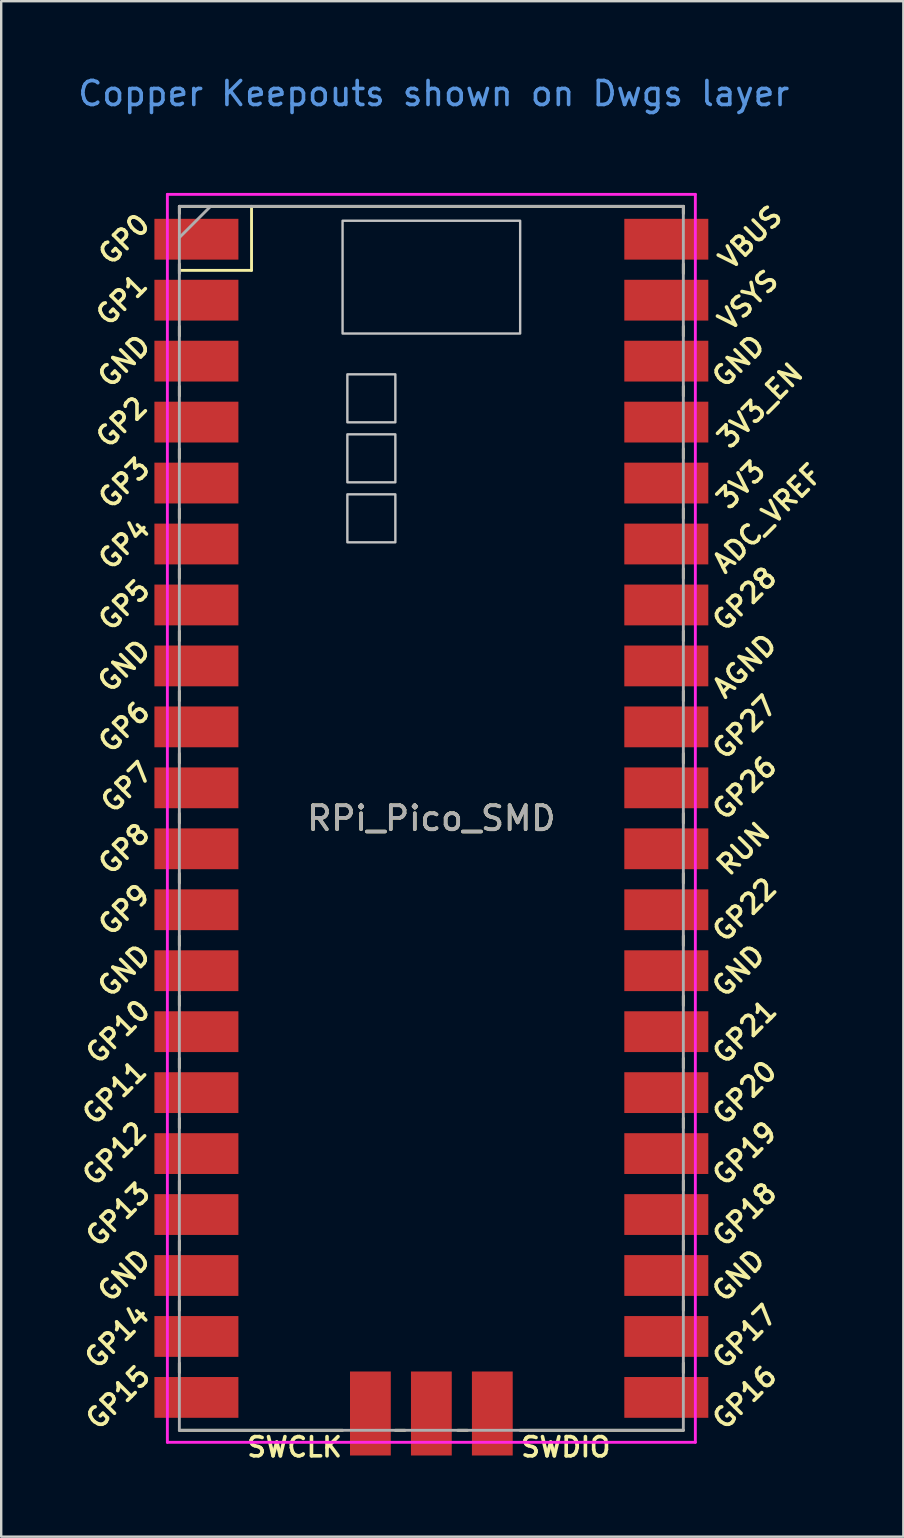
<source format=kicad_pcb>
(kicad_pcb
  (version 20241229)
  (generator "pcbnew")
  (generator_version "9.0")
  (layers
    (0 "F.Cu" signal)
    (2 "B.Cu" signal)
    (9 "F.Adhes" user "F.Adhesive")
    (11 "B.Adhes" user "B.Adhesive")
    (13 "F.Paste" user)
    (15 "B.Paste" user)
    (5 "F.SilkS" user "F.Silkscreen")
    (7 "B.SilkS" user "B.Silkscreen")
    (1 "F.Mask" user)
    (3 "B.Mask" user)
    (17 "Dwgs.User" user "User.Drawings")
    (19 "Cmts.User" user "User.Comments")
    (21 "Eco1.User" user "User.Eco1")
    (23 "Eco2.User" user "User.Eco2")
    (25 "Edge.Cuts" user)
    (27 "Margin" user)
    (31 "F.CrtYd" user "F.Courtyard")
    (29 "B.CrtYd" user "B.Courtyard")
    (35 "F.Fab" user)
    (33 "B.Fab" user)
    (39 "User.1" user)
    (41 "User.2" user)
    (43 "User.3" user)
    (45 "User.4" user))
  (footprint "RPi_Pico_SMD"
    (layer "F.Cu")
    (at 14.924 31.048)
    (property "Reference" "RPi_Pico_SMD" (at 0 0 0) (layer "F.SilkS") (effects (font (size 1 1) (thickness 0.15))))
    (attr through_hole)
    (fp_line (start -10.5 -25.5) (end -10.5 -25.2) (stroke (width 0.12) (type solid)) (layer "F.SilkS"))
    (fp_line (start -10.5 -25.5) (end 10.5 -25.5) (stroke (width 0.12) (type solid)) (layer "F.SilkS"))
    (fp_line (start -10.5 -23.1) (end -10.5 -22.7) (stroke (width 0.12) (type solid)) (layer "F.SilkS"))
    (fp_line (start -10.5 -22.833) (end -7.493 -22.833) (stroke (width 0.12) (type solid)) (layer "F.SilkS"))
    (fp_line (start -10.5 -20.5) (end -10.5 -20.1) (stroke (width 0.12) (type solid)) (layer "F.SilkS"))
    (fp_line (start -10.5 -18) (end -10.5 -17.6) (stroke (width 0.12) (type solid)) (layer "F.SilkS"))
    (fp_line (start -10.5 -15.4) (end -10.5 -15) (stroke (width 0.12) (type solid)) (layer "F.SilkS"))
    (fp_line (start -10.5 -12.9) (end -10.5 -12.5) (stroke (width 0.12) (type solid)) (layer "F.SilkS"))
    (fp_line (start -10.5 -10.4) (end -10.5 -10) (stroke (width 0.12) (type solid)) (layer "F.SilkS"))
    (fp_line (start -10.5 -7.8) (end -10.5 -7.4) (stroke (width 0.12) (type solid)) (layer "F.SilkS"))
    (fp_line (start -10.5 -5.3) (end -10.5 -4.9) (stroke (width 0.12) (type solid)) (layer "F.SilkS"))
    (fp_line (start -10.5 -2.7) (end -10.5 -2.3) (stroke (width 0.12) (type solid)) (layer "F.SilkS"))
    (fp_line (start -10.5 -0.2) (end -10.5 0.2) (stroke (width 0.12) (type solid)) (layer "F.SilkS"))
    (fp_line (start -10.5 2.3) (end -10.5 2.7) (stroke (width 0.12) (type solid)) (layer "F.SilkS"))
    (fp_line (start -10.5 4.9) (end -10.5 5.3) (stroke (width 0.12) (type solid)) (layer "F.SilkS"))
    (fp_line (start -10.5 7.4) (end -10.5 7.8) (stroke (width 0.12) (type solid)) (layer "F.SilkS"))
    (fp_line (start -10.5 10) (end -10.5 10.4) (stroke (width 0.12) (type solid)) (layer "F.SilkS"))
    (fp_line (start -10.5 12.5) (end -10.5 12.9) (stroke (width 0.12) (type solid)) (layer "F.SilkS"))
    (fp_line (start -10.5 15.1) (end -10.5 15.5) (stroke (width 0.12) (type solid)) (layer "F.SilkS"))
    (fp_line (start -10.5 17.6) (end -10.5 18) (stroke (width 0.12) (type solid)) (layer "F.SilkS"))
    (fp_line (start -10.5 20.1) (end -10.5 20.5) (stroke (width 0.12) (type solid)) (layer "F.SilkS"))
    (fp_line (start -10.5 22.7) (end -10.5 23.1) (stroke (width 0.12) (type solid)) (layer "F.SilkS"))
    (fp_line (start -7.493 -22.833) (end -7.493 -25.5) (stroke (width 0.12) (type solid)) (layer "F.SilkS"))
    (fp_line (start -3.7 25.5) (end -10.5 25.5) (stroke (width 0.12) (type solid)) (layer "F.SilkS"))
    (fp_line (start -1.5 25.5) (end -1.1 25.5) (stroke (width 0.12) (type solid)) (layer "F.SilkS"))
    (fp_line (start 1.1 25.5) (end 1.5 25.5) (stroke (width 0.12) (type solid)) (layer "F.SilkS"))
    (fp_line (start 10.5 -25.5) (end 10.5 -25.2) (stroke (width 0.12) (type solid)) (layer "F.SilkS"))
    (fp_line (start 10.5 -23.1) (end 10.5 -22.7) (stroke (width 0.12) (type solid)) (layer "F.SilkS"))
    (fp_line (start 10.5 -20.5) (end 10.5 -20.1) (stroke (width 0.12) (type solid)) (layer "F.SilkS"))
    (fp_line (start 10.5 -18) (end 10.5 -17.6) (stroke (width 0.12) (type solid)) (layer "F.SilkS"))
    (fp_line (start 10.5 -15.4) (end 10.5 -15) (stroke (width 0.12) (type solid)) (layer "F.SilkS"))
    (fp_line (start 10.5 -12.9) (end 10.5 -12.5) (stroke (width 0.12) (type solid)) (layer "F.SilkS"))
    (fp_line (start 10.5 -10.4) (end 10.5 -10) (stroke (width 0.12) (type solid)) (layer "F.SilkS"))
    (fp_line (start 10.5 -7.8) (end 10.5 -7.4) (stroke (width 0.12) (type solid)) (layer "F.SilkS"))
    (fp_line (start 10.5 -5.3) (end 10.5 -4.9) (stroke (width 0.12) (type solid)) (layer "F.SilkS"))
    (fp_line (start 10.5 -2.7) (end 10.5 -2.3) (stroke (width 0.12) (type solid)) (layer "F.SilkS"))
    (fp_line (start 10.5 -0.2) (end 10.5 0.2) (stroke (width 0.12) (type solid)) (layer "F.SilkS"))
    (fp_line (start 10.5 2.3) (end 10.5 2.7) (stroke (width 0.12) (type solid)) (layer "F.SilkS"))
    (fp_line (start 10.5 4.9) (end 10.5 5.3) (stroke (width 0.12) (type solid)) (layer "F.SilkS"))
    (fp_line (start 10.5 7.4) (end 10.5 7.8) (stroke (width 0.12) (type solid)) (layer "F.SilkS"))
    (fp_line (start 10.5 10) (end 10.5 10.4) (stroke (width 0.12) (type solid)) (layer "F.SilkS"))
    (fp_line (start 10.5 12.5) (end 10.5 12.9) (stroke (width 0.12) (type solid)) (layer "F.SilkS"))
    (fp_line (start 10.5 15.1) (end 10.5 15.5) (stroke (width 0.12) (type solid)) (layer "F.SilkS"))
    (fp_line (start 10.5 17.6) (end 10.5 18) (stroke (width 0.12) (type solid)) (layer "F.SilkS"))
    (fp_line (start 10.5 20.1) (end 10.5 20.5) (stroke (width 0.12) (type solid)) (layer "F.SilkS"))
    (fp_line (start 10.5 22.7) (end 10.5 23.1) (stroke (width 0.12) (type solid)) (layer "F.SilkS"))
    (fp_line (start 10.5 25.5) (end 3.7 25.5) (stroke (width 0.12) (type solid)) (layer "F.SilkS"))
    (fp_poly (pts (xy -1.5 -16.5) (xy -3.5 -16.5) (xy -3.5 -18.5) (xy -1.5 -18.5)) (stroke (width 0.1) (type solid)) (fill no) (layer "Dwgs.User"))
    (fp_poly (pts (xy -1.5 -14) (xy -3.5 -14) (xy -3.5 -16) (xy -1.5 -16)) (stroke (width 0.1) (type solid)) (fill no) (layer "Dwgs.User"))
    (fp_poly (pts (xy -1.5 -11.5) (xy -3.5 -11.5) (xy -3.5 -13.5) (xy -1.5 -13.5)) (stroke (width 0.1) (type solid)) (fill no) (layer "Dwgs.User"))
    (fp_poly (pts (xy 3.7 -20.2) (xy -3.7 -20.2) (xy -3.7 -24.9) (xy 3.7 -24.9)) (stroke (width 0.1) (type solid)) (fill no) (layer "Dwgs.User"))
    (fp_line (start -11 -26) (end 11 -26) (stroke (width 0.12) (type solid)) (layer "F.CrtYd"))
    (fp_line (start -11 26) (end -11 -26) (stroke (width 0.12) (type solid)) (layer "F.CrtYd"))
    (fp_line (start 11 -26) (end 11 26) (stroke (width 0.12) (type solid)) (layer "F.CrtYd"))
    (fp_line (start 11 26) (end -11 26) (stroke (width 0.12) (type solid)) (layer "F.CrtYd"))
    (fp_line (start -10.5 -25.5) (end 10.5 -25.5) (stroke (width 0.12) (type solid)) (layer "F.Fab"))
    (fp_line (start -10.5 -24.2) (end -9.2 -25.5) (stroke (width 0.12) (type solid)) (layer "F.Fab"))
    (fp_line (start -10.5 25.5) (end -10.5 -25.5) (stroke (width 0.12) (type solid)) (layer "F.Fab"))
    (fp_line (start 10.5 -25.5) (end 10.5 25.5) (stroke (width 0.12) (type solid)) (layer "F.Fab"))
    (fp_line (start 10.5 25.5) (end -10.5 25.5) (stroke (width 0.12) (type solid)) (layer "F.Fab"))
    (fp_text user "GP20" (at 13.054 11.43 45) (layer "F.SilkS") (effects (font (size 0.8 0.8) (thickness 0.15))))
    (fp_text user "SWCLK" (at -5.7 26.2 0) (layer "F.SilkS") (effects (font (size 0.8 0.8) (thickness 0.15))))
    (fp_text user "GP10" (at -13.054 8.89 45) (layer "F.SilkS") (effects (font (size 0.8 0.8) (thickness 0.15))))
    (fp_text user "GP21" (at 13.054 8.9 45) (layer "F.SilkS") (effects (font (size 0.8 0.8) (thickness 0.15))))
    (fp_text user "GP15" (at -13.054 24.13 45) (layer "F.SilkS") (effects (font (size 0.8 0.8) (thickness 0.15))))
    (fp_text user "GND" (at -12.8 19.05 45) (layer "F.SilkS") (effects (font (size 0.8 0.8) (thickness 0.15))))
    (fp_text user "GP22" (at 13.054 3.81 45) (layer "F.SilkS") (effects (font (size 0.8 0.8) (thickness 0.15))))
    (fp_text user "SWDIO" (at 5.6 26.2 0) (layer "F.SilkS") (effects (font (size 0.8 0.8) (thickness 0.15))))
    (fp_text user "GP14" (at -13.1 21.59 45) (layer "F.SilkS") (effects (font (size 0.8 0.8) (thickness 0.15))))
    (fp_text user "3V3_EN" (at 13.7 -17.2 45) (layer "F.SilkS") (effects (font (size 0.8 0.8) (thickness 0.15))))
    (fp_text user "ADC_VREF" (at 14 -12.5 45) (layer "F.SilkS") (effects (font (size 0.8 0.8) (thickness 0.15))))
    (fp_text user "GP5" (at -12.8 -8.89 45) (layer "F.SilkS") (effects (font (size 0.8 0.8) (thickness 0.15))))
    (fp_text user "GND" (at 12.8 19.05 45) (layer "F.SilkS") (effects (font (size 0.8 0.8) (thickness 0.15))))
    (fp_text user "GND" (at -12.8 -6.35 45) (layer "F.SilkS") (effects (font (size 0.8 0.8) (thickness 0.15))))
    (fp_text user "GP9" (at -12.8 3.81 45) (layer "F.SilkS") (effects (font (size 0.8 0.8) (thickness 0.15))))
    (fp_text user "GND" (at 12.8 -19.05 45) (layer "F.SilkS") (effects (font (size 0.8 0.8) (thickness 0.15))))
    (fp_text user "GND" (at -12.8 6.35 45) (layer "F.SilkS") (effects (font (size 0.8 0.8) (thickness 0.15))))
    (fp_text user "VBUS" (at 13.3 -24.2 45) (layer "F.SilkS") (effects (font (size 0.8 0.8) (thickness 0.15))))
    (fp_text user "RUN" (at 13 1.27 45) (layer "F.SilkS") (effects (font (size 0.8 0.8) (thickness 0.15))))
    (fp_text user "GP6" (at -12.8 -3.81 45) (layer "F.SilkS") (effects (font (size 0.8 0.8) (thickness 0.15))))
    (fp_text user "GP16" (at 13.054 24.13 45) (layer "F.SilkS") (effects (font (size 0.8 0.8) (thickness 0.15))))
    (fp_text user "GP0" (at -12.8 -24.13 45) (layer "F.SilkS") (effects (font (size 0.8 0.8) (thickness 0.15))))
    (fp_text user "GP2" (at -12.9 -16.51 45) (layer "F.SilkS") (effects (font (size 0.8 0.8) (thickness 0.15))))
    (fp_text user "GP4" (at -12.8 -11.43 45) (layer "F.SilkS") (effects (font (size 0.8 0.8) (thickness 0.15))))
    (fp_text user "GP18" (at 13.054 16.51 45) (layer "F.SilkS") (effects (font (size 0.8 0.8) (thickness 0.15))))
    (fp_text user "GND" (at 12.8 6.35 45) (layer "F.SilkS") (effects (font (size 0.8 0.8) (thickness 0.15))))
    (fp_text user "GP12" (at -13.2 13.97 45) (layer "F.SilkS") (effects (font (size 0.8 0.8) (thickness 0.15))))
    (fp_text user "GP13" (at -13.054 16.51 45) (layer "F.SilkS") (effects (font (size 0.8 0.8) (thickness 0.15))))
    (fp_text user "GP27" (at 13.054 -3.8 45) (layer "F.SilkS") (effects (font (size 0.8 0.8) (thickness 0.15))))
    (fp_text user "VSYS" (at 13.2 -21.59 45) (layer "F.SilkS") (effects (font (size 0.8 0.8) (thickness 0.15))))
    (fp_text user "GP3" (at -12.8 -13.97 45) (layer "F.SilkS") (effects (font (size 0.8 0.8) (thickness 0.15))))
    (fp_text user "GP17" (at 13.054 21.59 45) (layer "F.SilkS") (effects (font (size 0.8 0.8) (thickness 0.15))))
    (fp_text user "AGND" (at 13.054 -6.35 45) (layer "F.SilkS") (effects (font (size 0.8 0.8) (thickness 0.15))))
    (fp_text user "GND" (at -12.8 -19.05 45) (layer "F.SilkS") (effects (font (size 0.8 0.8) (thickness 0.15))))
    (fp_text user "GP28" (at 13.054 -9.144 45) (layer "F.SilkS") (effects (font (size 0.8 0.8) (thickness 0.15))))
    (fp_text user "GP26" (at 13.054 -1.27 45) (layer "F.SilkS") (effects (font (size 0.8 0.8) (thickness 0.15))))
    (fp_text user "GP19" (at 13.054 13.97 45) (layer "F.SilkS") (effects (font (size 0.8 0.8) (thickness 0.15))))
    (fp_text user "GP11" (at -13.2 11.43 45) (layer "F.SilkS") (effects (font (size 0.8 0.8) (thickness 0.15))))
    (fp_text user "GP1" (at -12.9 -21.6 45) (layer "F.SilkS") (effects (font (size 0.8 0.8) (thickness 0.15))))
    (fp_text user "GP7" (at -12.7 -1.3 45) (layer "F.SilkS") (effects (font (size 0.8 0.8) (thickness 0.15))))
    (fp_text user "3V3" (at 12.9 -13.9 45) (layer "F.SilkS") (effects (font (size 0.8 0.8) (thickness 0.15))))
    (fp_text user "GP8" (at -12.8 1.27 45) (layer "F.SilkS") (effects (font (size 0.8 0.8) (thickness 0.15))))
    (fp_text user "Copper Keepouts shown on Dwgs layer" (at 0.1 -30.2 0) (layer "Cmts.User") (effects (font (size 1 1) (thickness 0.15))))
    (fp_text user "${REFERENCE}" (at 0 0 180) (layer "F.Fab") (effects (font (size 1 1) (thickness 0.15))))
    (pad "1" smd rect (at -8.89 -24.13) (size 3.5 1.7) (drill (offset -0.9 0)) (layers "F.Cu" "F.Mask"))
    (pad "2" smd rect (at -8.89 -21.59) (size 3.5 1.7) (drill (offset -0.9 0)) (layers "F.Cu" "F.Mask"))
    (pad "3" smd rect (at -8.89 -19.05) (size 3.5 1.7) (drill (offset -0.9 0)) (layers "F.Cu" "F.Mask"))
    (pad "4" smd rect (at -8.89 -16.51) (size 3.5 1.7) (drill (offset -0.9 0)) (layers "F.Cu" "F.Mask"))
    (pad "5" smd rect (at -8.89 -13.97) (size 3.5 1.7) (drill (offset -0.9 0)) (layers "F.Cu" "F.Mask"))
    (pad "6" smd rect (at -8.89 -11.43) (size 3.5 1.7) (drill (offset -0.9 0)) (layers "F.Cu" "F.Mask"))
    (pad "7" smd rect (at -8.89 -8.89) (size 3.5 1.7) (drill (offset -0.9 0)) (layers "F.Cu" "F.Mask"))
    (pad "8" smd rect (at -8.89 -6.35) (size 3.5 1.7) (drill (offset -0.9 0)) (layers "F.Cu" "F.Mask"))
    (pad "9" smd rect (at -8.89 -3.81) (size 3.5 1.7) (drill (offset -0.9 0)) (layers "F.Cu" "F.Mask"))
    (pad "10" smd rect (at -8.89 -1.27) (size 3.5 1.7) (drill (offset -0.9 0)) (layers "F.Cu" "F.Mask"))
    (pad "11" smd rect (at -8.89 1.27) (size 3.5 1.7) (drill (offset -0.9 0)) (layers "F.Cu" "F.Mask"))
    (pad "12" smd rect (at -8.89 3.81) (size 3.5 1.7) (drill (offset -0.9 0)) (layers "F.Cu" "F.Mask"))
    (pad "13" smd rect (at -8.89 6.35) (size 3.5 1.7) (drill (offset -0.9 0)) (layers "F.Cu" "F.Mask"))
    (pad "14" smd rect (at -8.89 8.89) (size 3.5 1.7) (drill (offset -0.9 0)) (layers "F.Cu" "F.Mask"))
    (pad "15" smd rect (at -8.89 11.43) (size 3.5 1.7) (drill (offset -0.9 0)) (layers "F.Cu" "F.Mask"))
    (pad "16" smd rect (at -8.89 13.97) (size 3.5 1.7) (drill (offset -0.9 0)) (layers "F.Cu" "F.Mask"))
    (pad "17" smd rect (at -8.89 16.51) (size 3.5 1.7) (drill (offset -0.9 0)) (layers "F.Cu" "F.Mask"))
    (pad "18" smd rect (at -8.89 19.05) (size 3.5 1.7) (drill (offset -0.9 0)) (layers "F.Cu" "F.Mask"))
    (pad "19" smd rect (at -8.89 21.59) (size 3.5 1.7) (drill (offset -0.9 0)) (layers "F.Cu" "F.Mask"))
    (pad "20" smd rect (at -8.89 24.13) (size 3.5 1.7) (drill (offset -0.9 0)) (layers "F.Cu" "F.Mask"))
    (pad "21" smd rect (at 8.89 24.13) (size 3.5 1.7) (drill (offset 0.9 0)) (layers "F.Cu" "F.Mask"))
    (pad "22" smd rect (at 8.89 21.59) (size 3.5 1.7) (drill (offset 0.9 0)) (layers "F.Cu" "F.Mask"))
    (pad "23" smd rect (at 8.89 19.05) (size 3.5 1.7) (drill (offset 0.9 0)) (layers "F.Cu" "F.Mask"))
    (pad "24" smd rect (at 8.89 16.51) (size 3.5 1.7) (drill (offset 0.9 0)) (layers "F.Cu" "F.Mask"))
    (pad "25" smd rect (at 8.89 13.97) (size 3.5 1.7) (drill (offset 0.9 0)) (layers "F.Cu" "F.Mask"))
    (pad "26" smd rect (at 8.89 11.43) (size 3.5 1.7) (drill (offset 0.9 0)) (layers "F.Cu" "F.Mask"))
    (pad "27" smd rect (at 8.89 8.89) (size 3.5 1.7) (drill (offset 0.9 0)) (layers "F.Cu" "F.Mask"))
    (pad "28" smd rect (at 8.89 6.35) (size 3.5 1.7) (drill (offset 0.9 0)) (layers "F.Cu" "F.Mask"))
    (pad "29" smd rect (at 8.89 3.81) (size 3.5 1.7) (drill (offset 0.9 0)) (layers "F.Cu" "F.Mask"))
    (pad "30" smd rect (at 8.89 1.27) (size 3.5 1.7) (drill (offset 0.9 0)) (layers "F.Cu" "F.Mask"))
    (pad "31" smd rect (at 8.89 -1.27) (size 3.5 1.7) (drill (offset 0.9 0)) (layers "F.Cu" "F.Mask"))
    (pad "32" smd rect (at 8.89 -3.81) (size 3.5 1.7) (drill (offset 0.9 0)) (layers "F.Cu" "F.Mask"))
    (pad "33" smd rect (at 8.89 -6.35) (size 3.5 1.7) (drill (offset 0.9 0)) (layers "F.Cu" "F.Mask"))
    (pad "34" smd rect (at 8.89 -8.89) (size 3.5 1.7) (drill (offset 0.9 0)) (layers "F.Cu" "F.Mask"))
    (pad "35" smd rect (at 8.89 -11.43) (size 3.5 1.7) (drill (offset 0.9 0)) (layers "F.Cu" "F.Mask"))
    (pad "36" smd rect (at 8.89 -13.97) (size 3.5 1.7) (drill (offset 0.9 0)) (layers "F.Cu" "F.Mask"))
    (pad "37" smd rect (at 8.89 -16.51) (size 3.5 1.7) (drill (offset 0.9 0)) (layers "F.Cu" "F.Mask"))
    (pad "38" smd rect (at 8.89 -19.05) (size 3.5 1.7) (drill (offset 0.9 0)) (layers "F.Cu" "F.Mask"))
    (pad "39" smd rect (at 8.89 -21.59) (size 3.5 1.7) (drill (offset 0.9 0)) (layers "F.Cu" "F.Mask"))
    (pad "40" smd rect (at 8.89 -24.13) (size 3.5 1.7) (drill (offset 0.9 0)) (layers "F.Cu" "F.Mask"))
    (pad "41" smd rect (at -2.54 23.9 90) (size 3.5 1.7) (drill (offset -0.9 0)) (layers "F.Cu" "F.Mask"))
    (pad "42" smd rect (at 0 23.9 90) (size 3.5 1.7) (drill (offset -0.9 0)) (layers "F.Cu" "F.Mask"))
    (pad "43" smd rect (at 2.54 23.9 90) (size 3.5 1.7) (drill (offset -0.9 0)) (layers "F.Cu" "F.Mask")))
  (gr_rect
    (start -3 -3)
    (end 34.591 60.98)
    (stroke (width 0.1) (type default))
    (fill no)
    (layer "Edge.Cuts")))
</source>
